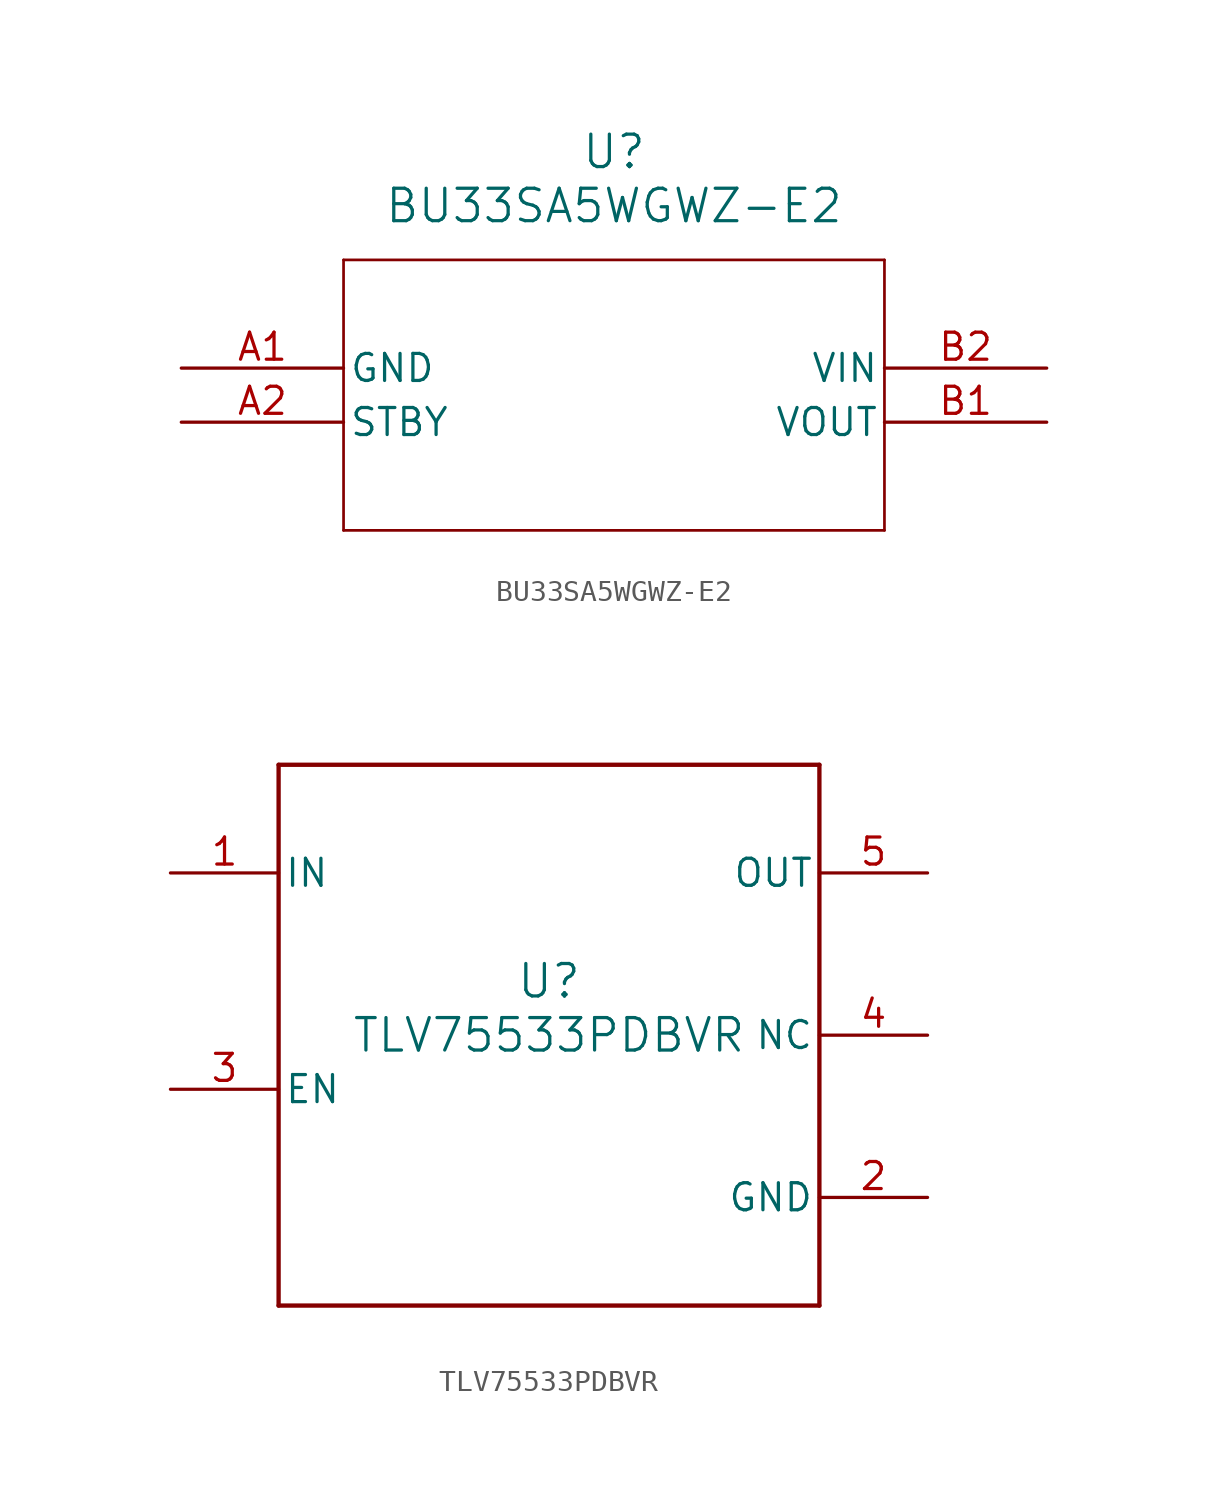
<source format=kicad_sym>
(kicad_symbol_lib
  (version 20220914)
  (generator kicad_symbol_editor)
  (symbol "BU33SA5WGWZ-E2"
    (pin_names
      (offset 0.254))
    (property "Reference" "U"
      (at 20.32 10.16 0)
      (effects (font (size 1.524 1.524))))
    (property "Value" "BU33SA5WGWZ-E2"
      (at 20.32 7.62 0)
      (effects (font (size 1.524 1.524))))
    (symbol "BU33SA5WGWZ-E2_0_1"
      (polyline (pts (xy 7.62 -7.62) (xy 33.02 -7.62)) (stroke (width 0.127) (type default)) (fill (type none)))
      (polyline (pts (xy 7.62 5.08) (xy 7.62 -7.62)) (stroke (width 0.127) (type default)) (fill (type none)))
      (polyline (pts (xy 33.02 -7.62) (xy 33.02 5.08)) (stroke (width 0.127) (type default)) (fill (type none)))
      (polyline (pts (xy 33.02 5.08) (xy 7.62 5.08)) (stroke (width 0.127) (type default)) (fill (type none)))
      (pin power_out line (at 0 0 0) (length 7.62) (name "GND" (effects (font (size 1.27 1.27)))) (number "A1" (effects (font (size 1.27 1.27)))))
      (pin output line (at 40.64 -2.54 180) (length 7.62) (name "VOUT" (effects (font (size 1.27 1.27)))) (number "B1" (effects (font (size 1.27 1.27)))))
      (pin input line (at 40.64 0 180) (length 7.62) (name "VIN" (effects (font (size 1.27 1.27)))) (number "B2" (effects (font (size 1.27 1.27))))))
    (symbol "BU33SA5WGWZ-E2_1_1"
      (pin input line (at 0 -2.54 0) (length 7.62) (name "STBY" (effects (font (size 1.27 1.27)))) (number "A2" (effects (font (size 1.27 1.27)))))))
  (symbol "TLV75533PDBVR"
    (pin_names
      (offset 0.254))
    (property "Reference" "U"
      (at 0 2.54 0)
      (effects (font (size 1.524 1.524))))
    (property "Value" "TLV75533PDBVR"
      (at 0 0 0)
      (effects (font (size 1.524 1.524))))
    (symbol "TLV75533PDBVR_0_1"
      (polyline (pts (xy -12.7 -12.7) (xy 12.7 -12.7)) (stroke (width 0.203) (type default)) (fill (type none)))
      (polyline (pts (xy -12.7 12.7) (xy -12.7 -12.7)) (stroke (width 0.203) (type default)) (fill (type none)))
      (polyline (pts (xy 12.7 -12.7) (xy 12.7 12.7)) (stroke (width 0.203) (type default)) (fill (type none)))
      (polyline (pts (xy 12.7 12.7) (xy -12.7 12.7)) (stroke (width 0.203) (type default)) (fill (type none)))
      (pin power_in line (at -17.78 7.62 0) (length 5.08) (name "IN" (effects (font (size 1.27 1.27)))) (number "1" (effects (font (size 1.27 1.27)))))
      (pin power_in line (at 17.78 -7.62 180) (length 5.08) (name "GND" (effects (font (size 1.27 1.27)))) (number "2" (effects (font (size 1.27 1.27)))))
      (pin input line (at -17.78 -2.54 0) (length 5.08) (name "EN" (effects (font (size 1.27 1.27)))) (number "3" (effects (font (size 1.27 1.27)))))
      (pin unspecified line (at 17.78 0 180) (length 5.08) (name "NC" (effects (font (size 1.27 1.27)))) (number "4" (effects (font (size 1.27 1.27))))))
    (symbol "TLV75533PDBVR_1_1"
      (pin power_out line (at 17.78 7.62 180) (length 5.08) (name "OUT" (effects (font (size 1.27 1.27)))) (number "5" (effects (font (size 1.27 1.27))))))))
</source>
